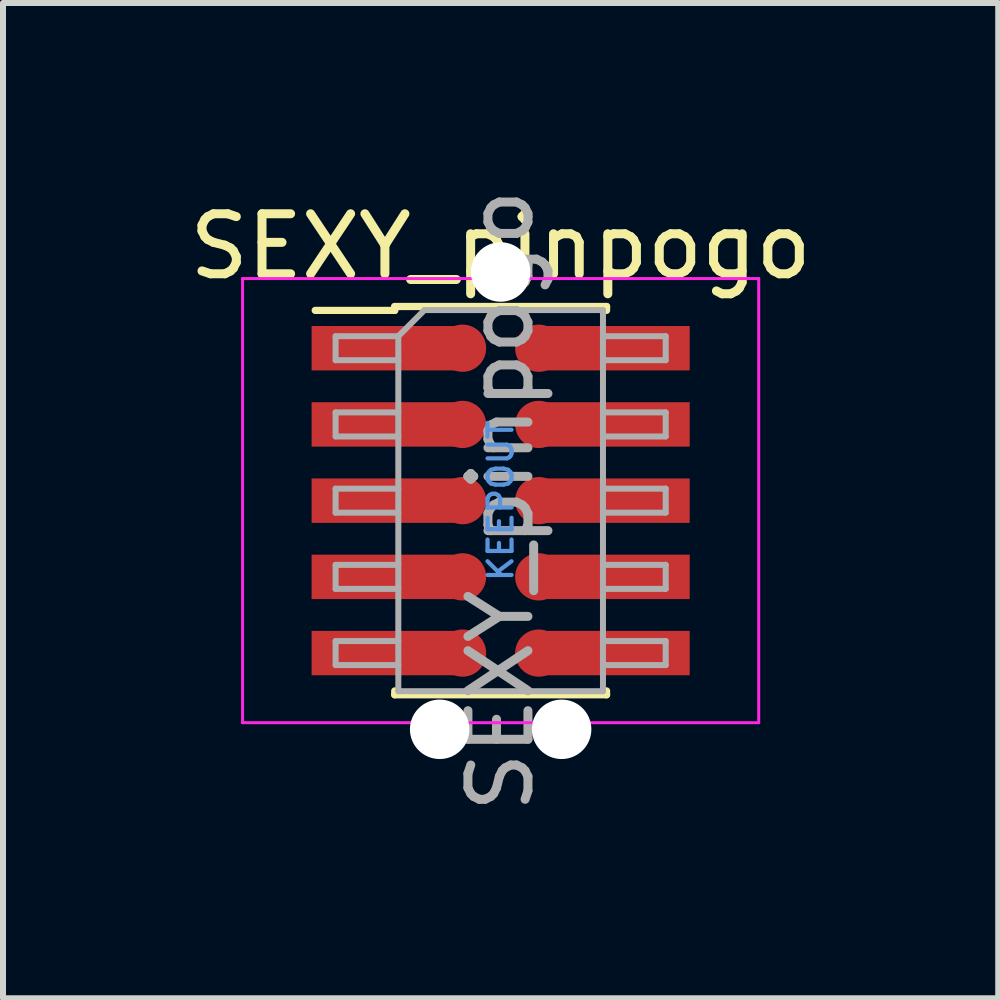
<source format=kicad_pcb>
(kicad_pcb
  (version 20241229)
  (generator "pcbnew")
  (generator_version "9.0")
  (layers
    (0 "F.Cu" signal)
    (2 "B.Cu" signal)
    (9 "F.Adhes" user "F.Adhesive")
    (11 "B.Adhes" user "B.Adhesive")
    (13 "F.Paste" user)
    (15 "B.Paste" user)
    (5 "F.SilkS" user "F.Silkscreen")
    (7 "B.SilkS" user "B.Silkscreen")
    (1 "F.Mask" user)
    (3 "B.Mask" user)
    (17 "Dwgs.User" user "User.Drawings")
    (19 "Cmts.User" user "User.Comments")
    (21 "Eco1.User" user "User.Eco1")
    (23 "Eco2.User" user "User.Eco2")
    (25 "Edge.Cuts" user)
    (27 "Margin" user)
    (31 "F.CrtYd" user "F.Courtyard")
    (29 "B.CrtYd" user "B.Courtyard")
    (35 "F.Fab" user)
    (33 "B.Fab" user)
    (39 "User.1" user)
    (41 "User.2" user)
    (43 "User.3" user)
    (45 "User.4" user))
  (footprint "SEXY_pinpogo"
    (layer "F.Cu")
    (at 5.292 5.292)
    (property "Reference" "SEXY_pinpogo" (at 0 -4.235 0) (layer "F.SilkS") (effects (font (size 1 1) (thickness 0.15))))
    (attr smd)
    (fp_line (start -3.09 -3.17) (end -1.765 -3.17) (stroke (width 0.12) (type solid)) (layer "F.SilkS"))
    (fp_line (start -1.765 -3.235) (end -1.765 -3.17) (stroke (width 0.12) (type solid)) (layer "F.SilkS"))
    (fp_line (start -1.765 -3.235) (end 1.765 -3.235) (stroke (width 0.12) (type solid)) (layer "F.SilkS"))
    (fp_line (start -1.765 3.17) (end -1.765 3.235) (stroke (width 0.12) (type solid)) (layer "F.SilkS"))
    (fp_line (start -1.765 3.235) (end 1.765 3.235) (stroke (width 0.12) (type solid)) (layer "F.SilkS"))
    (fp_line (start 1.765 -3.235) (end 1.765 -3.17) (stroke (width 0.12) (type solid)) (layer "F.SilkS"))
    (fp_line (start 1.765 3.17) (end 1.765 3.235) (stroke (width 0.12) (type solid)) (layer "F.SilkS"))
    (fp_line (start -4.3 -3.7) (end -4.3 3.7) (stroke (width 0.05) (type solid)) (layer "F.CrtYd"))
    (fp_line (start -4.3 3.7) (end 4.3 3.7) (stroke (width 0.05) (type solid)) (layer "F.CrtYd"))
    (fp_line (start 4.3 -3.7) (end -4.3 -3.7) (stroke (width 0.05) (type solid)) (layer "F.CrtYd"))
    (fp_line (start 4.3 3.7) (end 4.3 -3.7) (stroke (width 0.05) (type solid)) (layer "F.CrtYd"))
    (fp_line (start -2.75 -2.74) (end -2.75 -2.34) (stroke (width 0.1) (type solid)) (layer "F.Fab"))
    (fp_line (start -2.75 -2.34) (end -1.705 -2.34) (stroke (width 0.1) (type solid)) (layer "F.Fab"))
    (fp_line (start -2.75 -1.47) (end -2.75 -1.07) (stroke (width 0.1) (type solid)) (layer "F.Fab"))
    (fp_line (start -2.75 -1.07) (end -1.705 -1.07) (stroke (width 0.1) (type solid)) (layer "F.Fab"))
    (fp_line (start -2.75 -0.2) (end -2.75 0.2) (stroke (width 0.1) (type solid)) (layer "F.Fab"))
    (fp_line (start -2.75 0.2) (end -1.705 0.2) (stroke (width 0.1) (type solid)) (layer "F.Fab"))
    (fp_line (start -2.75 1.07) (end -2.75 1.47) (stroke (width 0.1) (type solid)) (layer "F.Fab"))
    (fp_line (start -2.75 1.47) (end -1.705 1.47) (stroke (width 0.1) (type solid)) (layer "F.Fab"))
    (fp_line (start -2.75 2.34) (end -2.75 2.74) (stroke (width 0.1) (type solid)) (layer "F.Fab"))
    (fp_line (start -2.75 2.74) (end -1.705 2.74) (stroke (width 0.1) (type solid)) (layer "F.Fab"))
    (fp_line (start -1.705 -2.74) (end -2.75 -2.74) (stroke (width 0.1) (type solid)) (layer "F.Fab"))
    (fp_line (start -1.705 -2.74) (end -1.27 -3.175) (stroke (width 0.1) (type solid)) (layer "F.Fab"))
    (fp_line (start -1.705 -1.47) (end -2.75 -1.47) (stroke (width 0.1) (type solid)) (layer "F.Fab"))
    (fp_line (start -1.705 -0.2) (end -2.75 -0.2) (stroke (width 0.1) (type solid)) (layer "F.Fab"))
    (fp_line (start -1.705 1.07) (end -2.75 1.07) (stroke (width 0.1) (type solid)) (layer "F.Fab"))
    (fp_line (start -1.705 2.34) (end -2.75 2.34) (stroke (width 0.1) (type solid)) (layer "F.Fab"))
    (fp_line (start -1.705 3.175) (end -1.705 -2.74) (stroke (width 0.1) (type solid)) (layer "F.Fab"))
    (fp_line (start -1.27 -3.175) (end 1.705 -3.175) (stroke (width 0.1) (type solid)) (layer "F.Fab"))
    (fp_line (start 1.705 -3.175) (end 1.705 3.175) (stroke (width 0.1) (type solid)) (layer "F.Fab"))
    (fp_line (start 1.705 -2.74) (end 2.75 -2.74) (stroke (width 0.1) (type solid)) (layer "F.Fab"))
    (fp_line (start 1.705 -1.47) (end 2.75 -1.47) (stroke (width 0.1) (type solid)) (layer "F.Fab"))
    (fp_line (start 1.705 -0.2) (end 2.75 -0.2) (stroke (width 0.1) (type solid)) (layer "F.Fab"))
    (fp_line (start 1.705 1.07) (end 2.75 1.07) (stroke (width 0.1) (type solid)) (layer "F.Fab"))
    (fp_line (start 1.705 2.34) (end 2.75 2.34) (stroke (width 0.1) (type solid)) (layer "F.Fab"))
    (fp_line (start 1.705 3.175) (end -1.705 3.175) (stroke (width 0.1) (type solid)) (layer "F.Fab"))
    (fp_line (start 2.75 -2.74) (end 2.75 -2.34) (stroke (width 0.1) (type solid)) (layer "F.Fab"))
    (fp_line (start 2.75 -2.34) (end 1.705 -2.34) (stroke (width 0.1) (type solid)) (layer "F.Fab"))
    (fp_line (start 2.75 -1.47) (end 2.75 -1.07) (stroke (width 0.1) (type solid)) (layer "F.Fab"))
    (fp_line (start 2.75 -1.07) (end 1.705 -1.07) (stroke (width 0.1) (type solid)) (layer "F.Fab"))
    (fp_line (start 2.75 -0.2) (end 2.75 0.2) (stroke (width 0.1) (type solid)) (layer "F.Fab"))
    (fp_line (start 2.75 0.2) (end 1.705 0.2) (stroke (width 0.1) (type solid)) (layer "F.Fab"))
    (fp_line (start 2.75 1.07) (end 2.75 1.47) (stroke (width 0.1) (type solid)) (layer "F.Fab"))
    (fp_line (start 2.75 1.47) (end 1.705 1.47) (stroke (width 0.1) (type solid)) (layer "F.Fab"))
    (fp_line (start 2.75 2.34) (end 2.75 2.74) (stroke (width 0.1) (type solid)) (layer "F.Fab"))
    (fp_line (start 2.75 2.74) (end 1.705 2.74) (stroke (width 0.1) (type solid)) (layer "F.Fab"))
    (fp_text user "KEEPOUT" (at 0 0 270) (layer "Cmts.User") (effects (font (size 0.4 0.4) (thickness 0.07))))
    (fp_text user "${REFERENCE}" (at 0 0 90) (layer "F.Fab") (effects (font (size 1 1) (thickness 0.15))))
    (pad "" np_thru_hole circle (at -1.016 3.81 270) (size 0.991 0.991) (drill 0.991) (layers "*.Cu" "*.Mask"))
    (pad "" np_thru_hole circle (at 0 -3.81 270) (size 0.991 0.991) (drill 0.991) (layers "*.Cu" "*.Mask"))
    (pad "" np_thru_hole circle (at 1.016 3.81 270) (size 0.991 0.991) (drill 0.991) (layers "*.Cu" "*.Mask"))
    (pad "1" smd rect (at -1.95 -2.54) (size 2.4 0.74) (layers "F.Cu" "F.Mask" "F.Paste"))
    (pad "1" connect circle (at -0.635 -2.54 270) (size 0.787 0.787) (layers "F.Cu" "F.Mask"))
    (pad "2" connect circle (at 0.635 -2.54 270) (size 0.787 0.787) (layers "F.Cu" "F.Mask"))
    (pad "2" smd rect (at 1.95 -2.54) (size 2.4 0.74) (layers "F.Cu" "F.Mask" "F.Paste"))
    (pad "3" smd rect (at -1.95 -1.27) (size 2.4 0.74) (layers "F.Cu" "F.Mask" "F.Paste"))
    (pad "3" connect circle (at -0.635 -1.27 270) (size 0.787 0.787) (layers "F.Cu" "F.Mask"))
    (pad "4" connect circle (at 0.635 -1.27 270) (size 0.787 0.787) (layers "F.Cu" "F.Mask"))
    (pad "4" smd rect (at 1.95 -1.27) (size 2.4 0.74) (layers "F.Cu" "F.Mask" "F.Paste"))
    (pad "5" smd rect (at -1.95 0) (size 2.4 0.74) (layers "F.Cu" "F.Mask" "F.Paste"))
    (pad "5" connect circle (at -0.635 0 270) (size 0.787 0.787) (layers "F.Cu" "F.Mask"))
    (pad "6" connect circle (at 0.635 0 270) (size 0.787 0.787) (layers "F.Cu" "F.Mask"))
    (pad "6" smd rect (at 1.95 0) (size 2.4 0.74) (layers "F.Cu" "F.Mask" "F.Paste"))
    (pad "7" smd rect (at -1.95 1.27) (size 2.4 0.74) (layers "F.Cu" "F.Mask" "F.Paste"))
    (pad "7" connect circle (at -0.635 1.27 270) (size 0.787 0.787) (layers "F.Cu" "F.Mask"))
    (pad "8" connect circle (at 0.635 1.27 270) (size 0.787 0.787) (layers "F.Cu" "F.Mask"))
    (pad "8" smd rect (at 1.95 1.27) (size 2.4 0.74) (layers "F.Cu" "F.Mask" "F.Paste"))
    (pad "9" smd rect (at -1.95 2.54) (size 2.4 0.74) (layers "F.Cu" "F.Mask" "F.Paste"))
    (pad "9" connect circle (at -0.635 2.54 270) (size 0.787 0.787) (layers "F.Cu" "F.Mask"))
    (pad "10" connect circle (at 0.635 2.54 270) (size 0.787 0.787) (layers "F.Cu" "F.Mask"))
    (pad "10" smd rect (at 1.95 2.54) (size 2.4 0.74) (layers "F.Cu" "F.Mask" "F.Paste"))
    (zone (net_name "") (layer "F.Cu") (hatch full 0.508) (connect_pads) (min_thickness 0.254) (filled_areas_thickness no) (keepout (tracks allowed) (vias not_allowed) (pads allowed) (copperpour not_allowed) (footprints not_allowed)) (placement (enabled no)) (fill) (polygon (pts (xy 4.657 2.752) (xy 4.657 7.832) (xy 5.927 7.832) (xy 5.927 2.752)))))
  (gr_rect
    (start -3 -3)
    (end 13.583 13.583)
    (stroke (width 0.1) (type default))
    (fill no)
    (layer "Edge.Cuts")))
</source>
